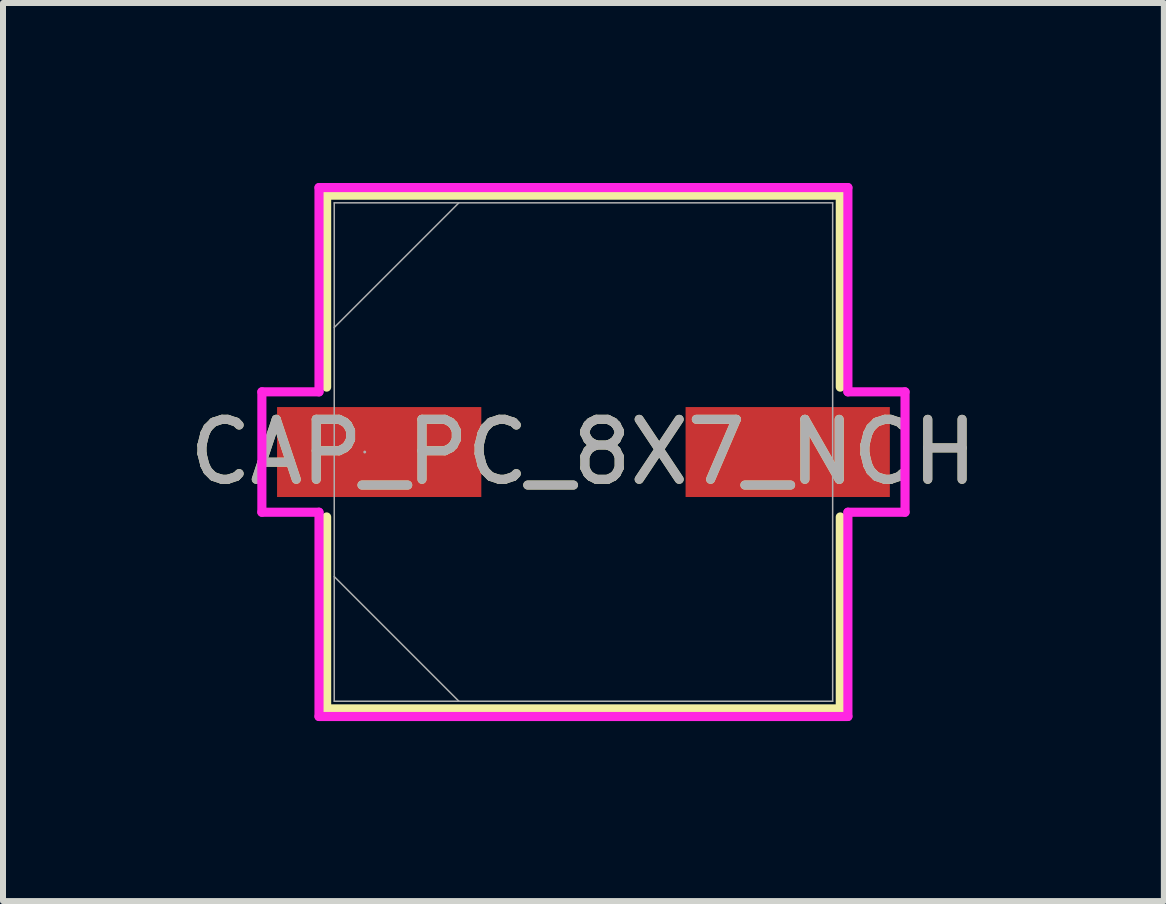
<source format=kicad_pcb>
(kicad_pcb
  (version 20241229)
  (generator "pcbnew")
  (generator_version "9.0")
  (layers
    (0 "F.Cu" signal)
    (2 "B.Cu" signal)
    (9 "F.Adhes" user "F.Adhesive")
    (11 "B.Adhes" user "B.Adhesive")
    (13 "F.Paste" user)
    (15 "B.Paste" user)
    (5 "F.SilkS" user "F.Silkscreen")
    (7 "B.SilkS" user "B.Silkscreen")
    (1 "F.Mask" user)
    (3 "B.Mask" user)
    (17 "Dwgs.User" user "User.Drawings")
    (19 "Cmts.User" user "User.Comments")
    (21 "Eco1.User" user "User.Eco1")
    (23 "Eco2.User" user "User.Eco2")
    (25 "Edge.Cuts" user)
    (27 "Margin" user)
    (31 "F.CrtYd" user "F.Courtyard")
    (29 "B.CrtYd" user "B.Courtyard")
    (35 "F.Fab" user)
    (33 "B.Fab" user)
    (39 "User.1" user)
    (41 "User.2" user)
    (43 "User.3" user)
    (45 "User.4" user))
  (footprint "CAP_PC_8X7_NCH"
    (layer "F.Cu")
    (at 6.673 4.483)
    (property "Reference" "CAP_PC_8X7_NCH" (at 0 0 0) (unlocked yes) (layer "F.SilkS") (effects (font (size 1 1) (thickness 0.15))))
    (attr smd)
    (fp_line (start -4.28 -4.28) (end -4.28 -1.082) (stroke (width 0.152) (type solid)) (layer "F.SilkS"))
    (fp_line (start -4.28 1.082) (end -4.28 4.28) (stroke (width 0.152) (type solid)) (layer "F.SilkS"))
    (fp_line (start -4.28 4.28) (end 4.28 4.28) (stroke (width 0.152) (type solid)) (layer "F.SilkS"))
    (fp_line (start 4.28 -4.28) (end -4.28 -4.28) (stroke (width 0.152) (type solid)) (layer "F.SilkS"))
    (fp_line (start 4.28 -1.082) (end 4.28 -4.28) (stroke (width 0.152) (type solid)) (layer "F.SilkS"))
    (fp_line (start 4.28 4.28) (end 4.28 1.082) (stroke (width 0.152) (type solid)) (layer "F.SilkS"))
    (fp_line (start -5.359 -1.003) (end -4.407 -1.003) (stroke (width 0.152) (type solid)) (layer "F.CrtYd"))
    (fp_line (start -5.359 1.003) (end -5.359 -1.003) (stroke (width 0.152) (type solid)) (layer "F.CrtYd"))
    (fp_line (start -4.407 -4.407) (end 4.407 -4.407) (stroke (width 0.152) (type solid)) (layer "F.CrtYd"))
    (fp_line (start -4.407 -1.003) (end -4.407 -4.407) (stroke (width 0.152) (type solid)) (layer "F.CrtYd"))
    (fp_line (start -4.407 1.003) (end -5.359 1.003) (stroke (width 0.152) (type solid)) (layer "F.CrtYd"))
    (fp_line (start -4.407 4.407) (end -4.407 1.003) (stroke (width 0.152) (type solid)) (layer "F.CrtYd"))
    (fp_line (start 4.407 -4.407) (end 4.407 -1.003) (stroke (width 0.152) (type solid)) (layer "F.CrtYd"))
    (fp_line (start 4.407 -1.003) (end 5.359 -1.003) (stroke (width 0.152) (type solid)) (layer "F.CrtYd"))
    (fp_line (start 4.407 1.003) (end 4.407 4.407) (stroke (width 0.152) (type solid)) (layer "F.CrtYd"))
    (fp_line (start 4.407 4.407) (end -4.407 4.407) (stroke (width 0.152) (type solid)) (layer "F.CrtYd"))
    (fp_line (start 5.359 -1.003) (end 5.359 1.003) (stroke (width 0.152) (type solid)) (layer "F.CrtYd"))
    (fp_line (start 5.359 1.003) (end 4.407 1.003) (stroke (width 0.152) (type solid)) (layer "F.CrtYd"))
    (fp_line (start -4.153 -4.153) (end -4.153 4.153) (stroke (width 0.025) (type solid)) (layer "F.Fab"))
    (fp_line (start -4.153 -2.076) (end -2.076 -4.153) (stroke (width 0.025) (type solid)) (layer "F.Fab"))
    (fp_line (start -4.153 2.076) (end -2.076 4.153) (stroke (width 0.025) (type solid)) (layer "F.Fab"))
    (fp_line (start -4.153 4.153) (end 4.153 4.153) (stroke (width 0.025) (type solid)) (layer "F.Fab"))
    (fp_line (start 4.153 -4.153) (end -4.153 -4.153) (stroke (width 0.025) (type solid)) (layer "F.Fab"))
    (fp_line (start 4.153 4.153) (end 4.153 -4.153) (stroke (width 0.025) (type solid)) (layer "F.Fab"))
    (fp_circle (center -3.645 0) (end -3.645 0) (stroke (width 0.025) (type solid)) (fill no) (layer "F.Fab"))
    (fp_text user "${REFERENCE}" (at 0 0 0) (unlocked yes) (layer "F.Fab") (effects (font (size 1 1) (thickness 0.15))))
    (pad "1" smd rect (at -3.404 0) (size 3.404 1.499) (layers "F.Cu" "F.Mask" "F.Paste"))
    (pad "2" smd rect (at 3.404 0) (size 3.404 1.499) (layers "F.Cu" "F.Mask" "F.Paste"))
    (zone (net_name "") (layer "F.Cu") (hatch full 0.508) (connect_pads) (min_thickness 0.254) (filled_areas_thickness no) (keepout (tracks not_allowed) (vias not_allowed) (pads allowed) (copperpour not_allowed) (footprints allowed)) (placement (enabled no)) (fill) (polygon (pts (xy 2.571 0.381) (xy 10.775 0.381) (xy 10.775 3.683) (xy 2.571 3.683))))
    (zone (net_name "") (layer "F.Cu") (hatch full 0.508) (connect_pads) (min_thickness 0.254) (filled_areas_thickness no) (keepout (tracks not_allowed) (vias not_allowed) (pads allowed) (copperpour not_allowed) (footprints allowed)) (placement (enabled no)) (fill) (polygon (pts (xy 2.571 5.283) (xy 10.775 5.283) (xy 10.775 8.585) (xy 2.571 8.585))))
    (zone (net_name "") (layer "F.Cu") (hatch full 0.508) (connect_pads) (min_thickness 0.254) (filled_areas_thickness no) (keepout (tracks not_allowed) (vias not_allowed) (pads allowed) (copperpour not_allowed) (footprints allowed)) (placement (enabled no)) (fill) (polygon (pts (xy 5.022 3.683) (xy 8.324 3.683) (xy 8.324 5.283) (xy 5.022 5.283)))))
  (gr_rect
    (start -3 -3)
    (end 16.345 11.966)
    (stroke (width 0.1) (type default))
    (fill no)
    (layer "Edge.Cuts")))
</source>
